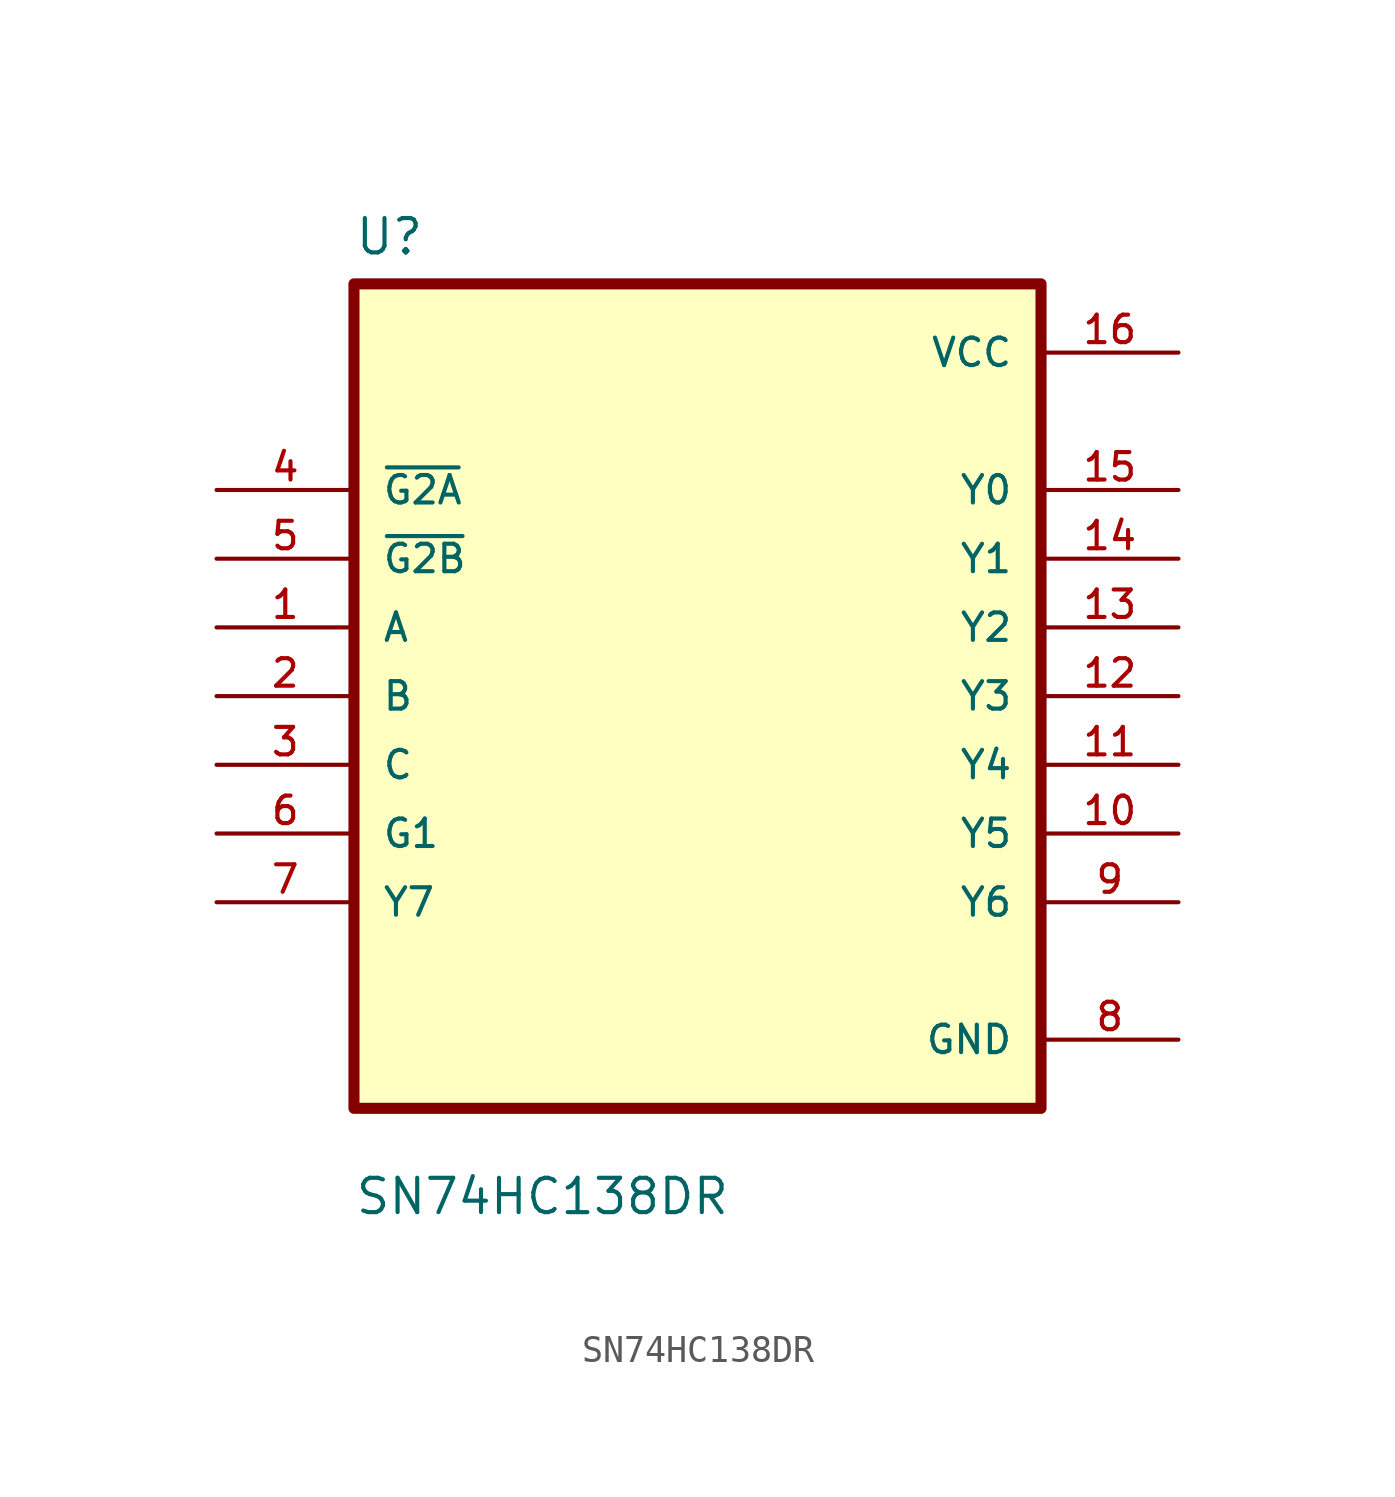
<source format=kicad_sym>
(kicad_symbol_lib
  (version 20211014)
  (generator kicad_symbol_editor)
  (symbol "SN74HC138DR"
    (pin_names
      (offset 1.016))
    (property "Reference" "U"
      (at -12.7 16.24 0.0)
      (effects (font (size 1.27 1.27)) (justify bottom left)))
    (property "Value" "SN74HC138DR"
      (at -12.7 -19.24 0.0)
      (effects (font (size 1.27 1.27)) (justify bottom left)))
    (symbol "SN74HC138DR_0_0"
      (rectangle (start -12.7 -15.24) (end 12.7 15.24) (stroke (width 0.41)) (fill (type background)))
      (pin input line (at -17.78 7.62 0) (length 5.08) (name "~{G2A}" (effects (font (size 1.016 1.016)))) (number "4" (effects (font (size 1.016 1.016)))))
      (pin input line (at -17.78 5.08 0) (length 5.08) (name "~{G2B}" (effects (font (size 1.016 1.016)))) (number "5" (effects (font (size 1.016 1.016)))))
      (pin input line (at -17.78 2.54 0) (length 5.08) (name "A" (effects (font (size 1.016 1.016)))) (number "1" (effects (font (size 1.016 1.016)))))
      (pin input line (at -17.78 0.0 0) (length 5.08) (name "B" (effects (font (size 1.016 1.016)))) (number "2" (effects (font (size 1.016 1.016)))))
      (pin input line (at -17.78 -2.54 0) (length 5.08) (name "C" (effects (font (size 1.016 1.016)))) (number "3" (effects (font (size 1.016 1.016)))))
      (pin input line (at -17.78 -5.08 0) (length 5.08) (name "G1" (effects (font (size 1.016 1.016)))) (number "6" (effects (font (size 1.016 1.016)))))
      (pin input line (at -17.78 -7.62 0) (length 5.08) (name "Y7" (effects (font (size 1.016 1.016)))) (number "7" (effects (font (size 1.016 1.016)))))
      (pin power_in line (at 17.78 12.7 180.0) (length 5.08) (name "VCC" (effects (font (size 1.016 1.016)))) (number "16" (effects (font (size 1.016 1.016)))))
      (pin output line (at 17.78 7.62 180.0) (length 5.08) (name "Y0" (effects (font (size 1.016 1.016)))) (number "15" (effects (font (size 1.016 1.016)))))
      (pin output line (at 17.78 5.08 180.0) (length 5.08) (name "Y1" (effects (font (size 1.016 1.016)))) (number "14" (effects (font (size 1.016 1.016)))))
      (pin output line (at 17.78 2.54 180.0) (length 5.08) (name "Y2" (effects (font (size 1.016 1.016)))) (number "13" (effects (font (size 1.016 1.016)))))
      (pin output line (at 17.78 -8.88178e-16 180.0) (length 5.08) (name "Y3" (effects (font (size 1.016 1.016)))) (number "12" (effects (font (size 1.016 1.016)))))
      (pin output line (at 17.78 -2.54 180.0) (length 5.08) (name "Y4" (effects (font (size 1.016 1.016)))) (number "11" (effects (font (size 1.016 1.016)))))
      (pin output line (at 17.78 -5.08 180.0) (length 5.08) (name "Y5" (effects (font (size 1.016 1.016)))) (number "10" (effects (font (size 1.016 1.016)))))
      (pin output line (at 17.78 -7.62 180.0) (length 5.08) (name "Y6" (effects (font (size 1.016 1.016)))) (number "9" (effects (font (size 1.016 1.016)))))
      (pin power_in line (at 17.78 -12.7 180.0) (length 5.08) (name "GND" (effects (font (size 1.016 1.016)))) (number "8" (effects (font (size 1.016 1.016))))))))
</source>
